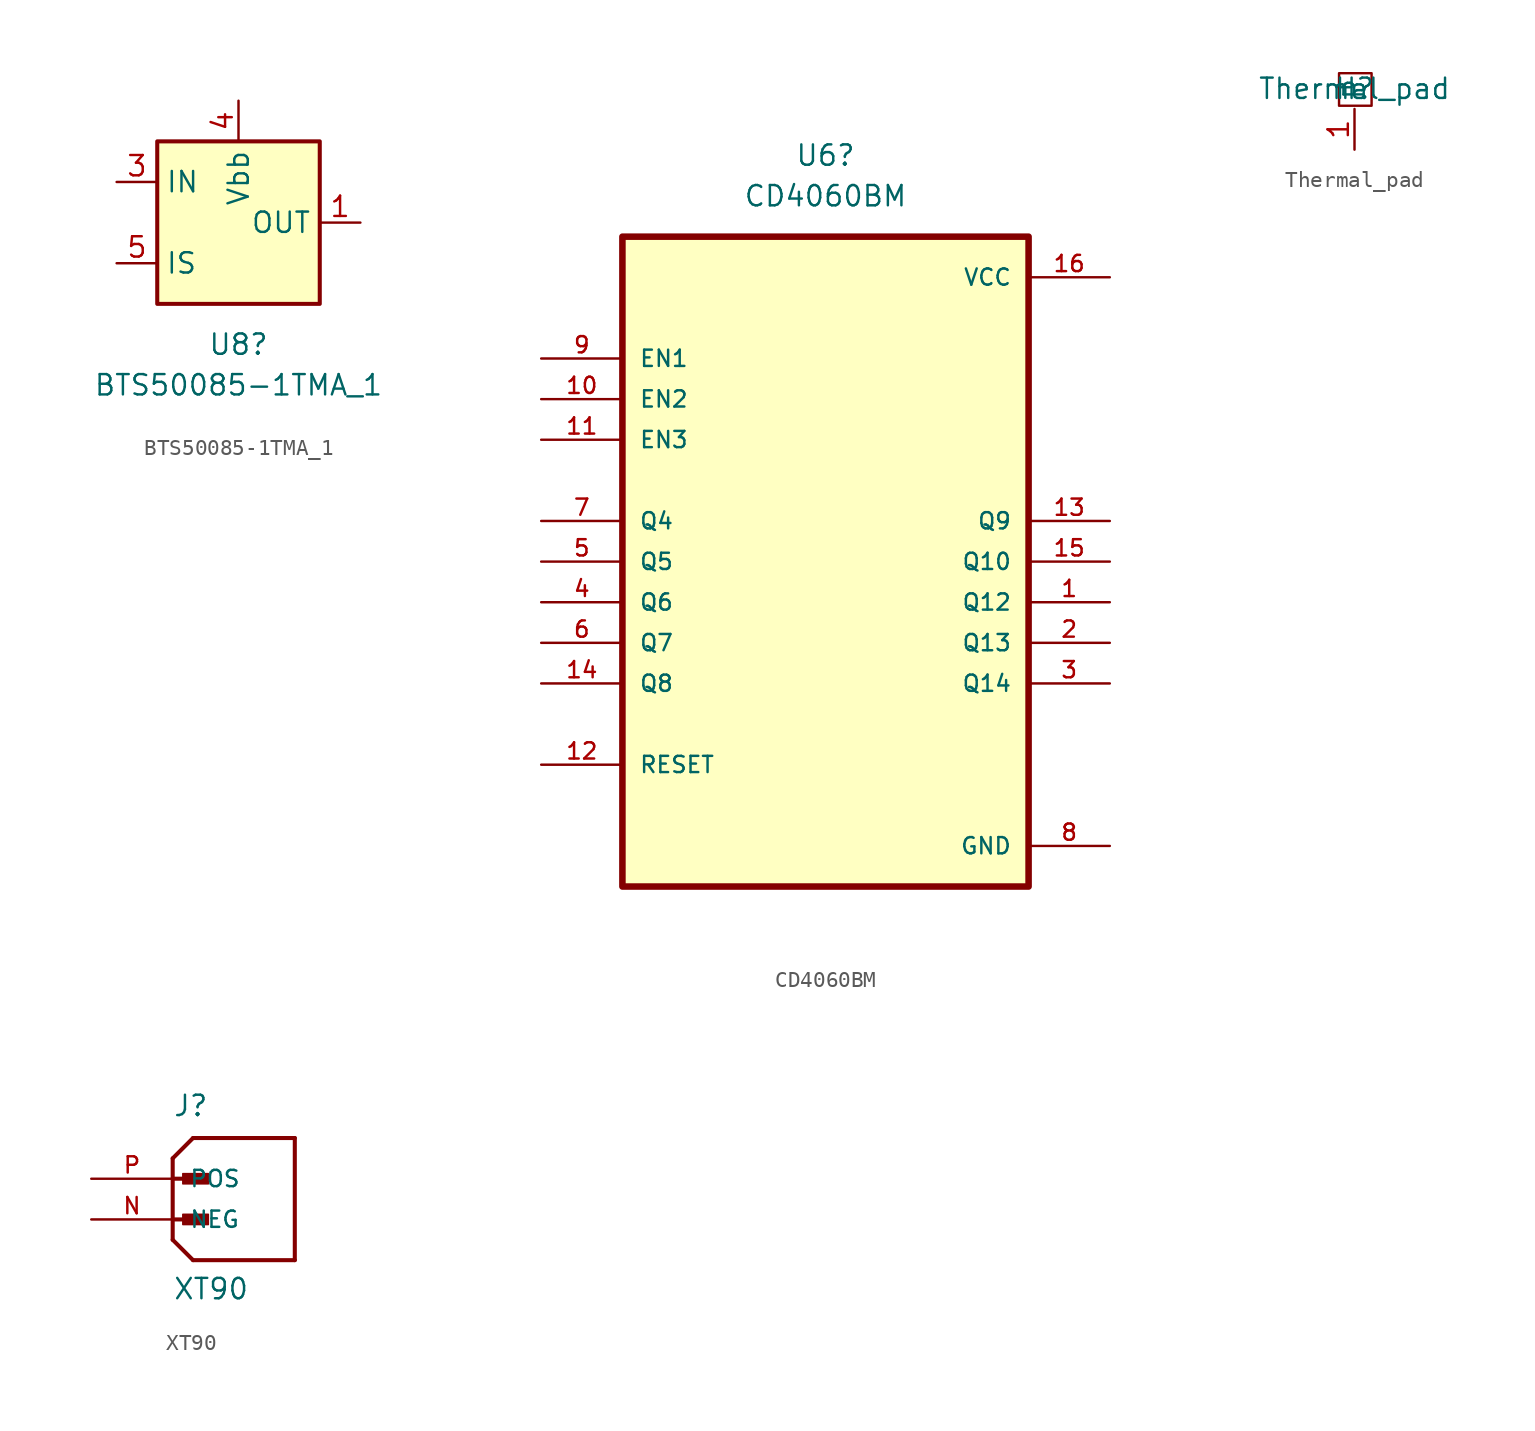
<source format=kicad_sym>
(kicad_symbol_lib
  (version 20211014)
  (generator kicad_symbol_editor)
  (symbol "BTS50085-1TMA_1"
    (property "Reference" "U8"
      (at 0 -7.62 0)
      (effects (font (size 1.27 1.27))))
    (property "Value" "BTS50085-1TMA_1"
      (at 0 -10.16 0)
      (effects (font (size 1.27 1.27))))
    (symbol "BTS50085-1TMA_1_0_1"
      (rectangle (start -5.08 5.08) (end 5.08 -5.08) (stroke (width 0.254) (type default) (color 0 0 0 0)) (fill (type background))))
    (symbol "BTS50085-1TMA_1_1_1"
      (pin passive line (at 7.62 0 180) (length 2.54) (name "OUT" (effects (font (size 1.27 1.27)))) (number "1" (effects (font (size 1.27 1.27)))))
      (pin passive line (at 7.62 0 180) (length 2.54) hide (name "OUT" (effects (font (size 1.27 1.27)))) (number "2" (effects (font (size 1.27 1.27)))))
      (pin input line (at -7.62 2.54 0) (length 2.54) (name "IN" (effects (font (size 1.27 1.27)))) (number "3" (effects (font (size 1.27 1.27)))))
      (pin passive line (at 0 7.62 270) (length 2.54) (name "Vbb" (effects (font (size 1.27 1.27)))) (number "4" (effects (font (size 1.27 1.27)))))
      (pin passive line (at -7.62 -2.54 0) (length 2.54) (name "IS" (effects (font (size 1.27 1.27)))) (number "5" (effects (font (size 1.27 1.27)))))
      (pin passive line (at 7.62 0 180) (length 2.54) hide (name "OUT" (effects (font (size 1.27 1.27)))) (number "6" (effects (font (size 1.27 1.27)))))
      (pin passive line (at 7.62 0 180) (length 2.54) hide (name "OUT" (effects (font (size 1.27 1.27)))) (number "7" (effects (font (size 1.27 1.27)))))))
  (symbol "CD4060BM"
    (pin_names
      (offset 1.016))
    (property "Reference" "U6"
      (at 0 25.4 0)
      (effects (font (size 1.27 1.27))))
    (property "Value" "CD4060BM"
      (at 0 22.86 0)
      (effects (font (size 1.27 1.27))))
    (symbol "CD4060BM_0_0"
      (rectangle (start -12.7 -20.32) (end 12.7 20.32) (stroke (width 0.41) (type default) (color 0 0 0 0)) (fill (type background)))
      (pin bidirectional line (at 17.78 -2.54 180) (length 5.08) (name "Q12" (effects (font (size 1.016 1.016)))) (number "1" (effects (font (size 1.016 1.016)))))
      (pin bidirectional line (at -17.78 10.16 0) (length 5.08) (name "EN2" (effects (font (size 1.016 1.016)))) (number "10" (effects (font (size 1.016 1.016)))))
      (pin bidirectional line (at -17.78 7.62 0) (length 5.08) (name "EN3" (effects (font (size 1.016 1.016)))) (number "11" (effects (font (size 1.016 1.016)))))
      (pin input line (at -17.78 -12.7 0) (length 5.08) (name "RESET" (effects (font (size 1.016 1.016)))) (number "12" (effects (font (size 1.016 1.016)))))
      (pin bidirectional line (at 17.78 2.54 180) (length 5.08) (name "Q9" (effects (font (size 1.016 1.016)))) (number "13" (effects (font (size 1.016 1.016)))))
      (pin bidirectional line (at -17.78 -7.62 0) (length 5.08) (name "Q8" (effects (font (size 1.016 1.016)))) (number "14" (effects (font (size 1.016 1.016)))))
      (pin bidirectional line (at 17.78 0 180) (length 5.08) (name "Q10" (effects (font (size 1.016 1.016)))) (number "15" (effects (font (size 1.016 1.016)))))
      (pin power_in line (at 17.78 17.78 180) (length 5.08) (name "VCC" (effects (font (size 1.016 1.016)))) (number "16" (effects (font (size 1.016 1.016)))))
      (pin bidirectional line (at 17.78 -5.08 180) (length 5.08) (name "Q13" (effects (font (size 1.016 1.016)))) (number "2" (effects (font (size 1.016 1.016)))))
      (pin bidirectional line (at 17.78 -7.62 180) (length 5.08) (name "Q14" (effects (font (size 1.016 1.016)))) (number "3" (effects (font (size 1.016 1.016)))))
      (pin bidirectional line (at -17.78 -2.54 0) (length 5.08) (name "Q6" (effects (font (size 1.016 1.016)))) (number "4" (effects (font (size 1.016 1.016)))))
      (pin bidirectional line (at -17.78 0 0) (length 5.08) (name "Q5" (effects (font (size 1.016 1.016)))) (number "5" (effects (font (size 1.016 1.016)))))
      (pin bidirectional line (at -17.78 -5.08 0) (length 5.08) (name "Q7" (effects (font (size 1.016 1.016)))) (number "6" (effects (font (size 1.016 1.016)))))
      (pin bidirectional line (at -17.78 2.54 0) (length 5.08) (name "Q4" (effects (font (size 1.016 1.016)))) (number "7" (effects (font (size 1.016 1.016)))))
      (pin power_in line (at 17.78 -17.78 180) (length 5.08) (name "GND" (effects (font (size 1.016 1.016)))) (number "8" (effects (font (size 1.016 1.016)))))
      (pin bidirectional line (at -17.78 12.7 0) (length 5.08) (name "EN1" (effects (font (size 1.016 1.016)))) (number "9" (effects (font (size 1.016 1.016)))))))
  (symbol "Thermal_pad"
    (property "Reference" "H"
      (at 0 0 0)
      (effects (font (size 1.27 1.27))))
    (property "Value" "Thermal_pad"
      (at 0 0 0)
      (effects (font (size 1.27 1.27))))
    (symbol "Thermal_pad_0_1"
      (rectangle (start -0.965 0.965) (end 1.067 -1.067) (stroke (width 0) (type default) (color 0 0 0 0)) (fill (type none))))
    (symbol "Thermal_pad_1_1"
      (pin passive line (at 0 -3.81 90) (length 2.54) (name "P" (effects (font (size 1.27 1.27)))) (number "1" (effects (font (size 1.27 1.27)))))))
  (symbol "XT90"
    (pin_names
      (offset 1.016))
    (property "Reference" "J"
      (at 0 3.81 0)
      (effects (font (size 1.27 1.27)) (justify left bottom)))
    (property "Value" "XT90"
      (at 0 -7.62 0)
      (effects (font (size 1.27 1.27)) (justify left bottom)))
    (symbol "XT90_0_0"
      (polyline (pts (xy 0 -3.81) (xy 1.27 -5.08)) (stroke (width 0.254) (type default) (color 0 0 0 0)) (fill (type none)))
      (polyline (pts (xy 0 -2.54) (xy 1.905 -2.54)) (stroke (width 0.254) (type default) (color 0 0 0 0)) (fill (type none)))
      (polyline (pts (xy 0 0) (xy 0 -3.81)) (stroke (width 0.254) (type default) (color 0 0 0 0)) (fill (type none)))
      (polyline (pts (xy 0 0) (xy 1.905 0)) (stroke (width 0.254) (type default) (color 0 0 0 0)) (fill (type none)))
      (polyline (pts (xy 0 1.27) (xy 0 0)) (stroke (width 0.254) (type default) (color 0 0 0 0)) (fill (type none)))
      (polyline (pts (xy 0 1.27) (xy 1.27 2.54)) (stroke (width 0.254) (type default) (color 0 0 0 0)) (fill (type none)))
      (polyline (pts (xy 1.27 -5.08) (xy 7.62 -5.08)) (stroke (width 0.254) (type default) (color 0 0 0 0)) (fill (type none)))
      (polyline (pts (xy 7.62 -5.08) (xy 7.62 2.54)) (stroke (width 0.254) (type default) (color 0 0 0 0)) (fill (type none)))
      (polyline (pts (xy 7.62 2.54) (xy 1.27 2.54)) (stroke (width 0.254) (type default) (color 0 0 0 0)) (fill (type none)))
      (rectangle (start 0.635 -2.857) (end 2.223 -2.223) (stroke (width 0.1) (type default) (color 0 0 0 0)) (fill (type outline)))
      (rectangle (start 0.635 -0.318) (end 2.223 0.318) (stroke (width 0.1) (type default) (color 0 0 0 0)) (fill (type outline)))
      (pin passive line (at -5.08 -2.54 0) (length 5.08) (name "NEG" (effects (font (size 1.016 1.016)))) (number "N" (effects (font (size 1.016 1.016)))))
      (pin passive line (at -5.08 0 0) (length 5.08) (name "POS" (effects (font (size 1.016 1.016)))) (number "P" (effects (font (size 1.016 1.016))))))))
</source>
